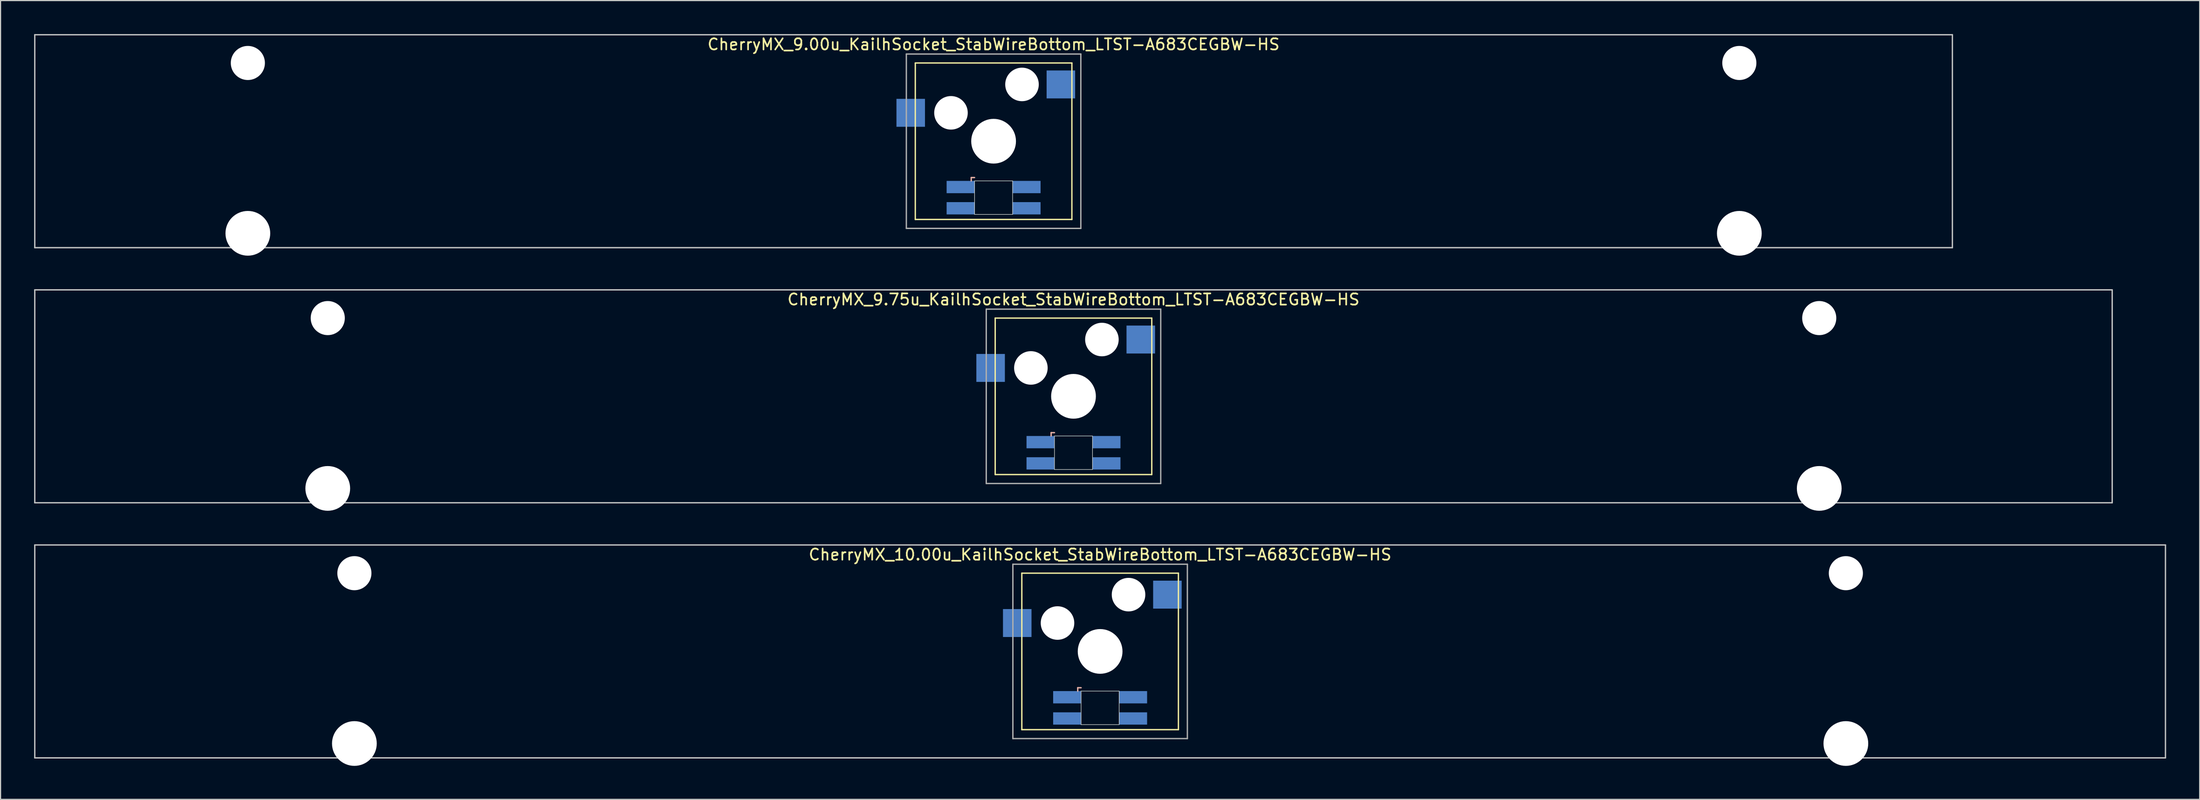
<source format=kicad_pcb>
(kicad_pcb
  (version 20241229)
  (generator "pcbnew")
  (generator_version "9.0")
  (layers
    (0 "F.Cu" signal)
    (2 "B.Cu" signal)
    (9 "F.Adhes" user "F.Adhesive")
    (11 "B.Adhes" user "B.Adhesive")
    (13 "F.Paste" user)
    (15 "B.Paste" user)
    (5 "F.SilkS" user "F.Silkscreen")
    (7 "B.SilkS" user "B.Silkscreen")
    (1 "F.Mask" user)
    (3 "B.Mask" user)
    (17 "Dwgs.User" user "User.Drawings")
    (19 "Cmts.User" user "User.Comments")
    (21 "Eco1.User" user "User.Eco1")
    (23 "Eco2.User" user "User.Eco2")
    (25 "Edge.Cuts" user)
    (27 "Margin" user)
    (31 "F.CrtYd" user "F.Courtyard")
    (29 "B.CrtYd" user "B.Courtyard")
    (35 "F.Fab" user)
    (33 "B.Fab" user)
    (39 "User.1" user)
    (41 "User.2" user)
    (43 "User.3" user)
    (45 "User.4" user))
  (footprint "CherryMX_9.00u_KailhSocket_StabWireBottom_LTST-A683CEGBW-HS"
    (layer "F.Cu")
    (at 85.785 9.585)
    (property "Reference" "CherryMX_9.00u_KailhSocket_StabWireBottom_LTST-A683CEGBW-HS" (at 0 -8.662 0) (layer "F.SilkS") (effects (font (size 1 1) (thickness 0.15))))
    (attr through_hole)
    (fp_line (start -7 -7) (end -7 7) (stroke (width 0.12) (type solid)) (layer "F.SilkS"))
    (fp_line (start -7 -7) (end 7 -7) (stroke (width 0.12) (type solid)) (layer "F.SilkS"))
    (fp_line (start 7 -7) (end 7 7) (stroke (width 0.12) (type solid)) (layer "F.SilkS"))
    (fp_line (start 7 7) (end -7 7) (stroke (width 0.12) (type solid)) (layer "F.SilkS"))
    (fp_line (start -2 3.25) (end -2 3.55) (stroke (width 0.12) (type solid)) (layer "B.SilkS"))
    (fp_line (start -1.7 3.25) (end -2 3.25) (stroke (width 0.12) (type solid)) (layer "B.SilkS"))
    (fp_line (start -85.725 -9.525) (end 85.725 -9.525) (stroke (width 0.12) (type solid)) (layer "Dwgs.User"))
    (fp_line (start -85.725 9.525) (end -85.725 -9.525) (stroke (width 0.12) (type solid)) (layer "Dwgs.User"))
    (fp_line (start 85.725 -9.525) (end 85.725 9.525) (stroke (width 0.12) (type solid)) (layer "Dwgs.User"))
    (fp_line (start 85.725 9.525) (end -85.725 9.525) (stroke (width 0.12) (type solid)) (layer "Dwgs.User"))
    (fp_line (start -1.7 3.55) (end 1.7 3.55) (stroke (width 0.05) (type solid)) (layer "Edge.Cuts"))
    (fp_line (start -1.7 6.55) (end -1.7 3.55) (stroke (width 0.05) (type solid)) (layer "Edge.Cuts"))
    (fp_line (start 1.7 3.55) (end 1.7 6.55) (stroke (width 0.05) (type solid)) (layer "Edge.Cuts"))
    (fp_line (start 1.7 6.55) (end -1.7 6.55) (stroke (width 0.05) (type solid)) (layer "Edge.Cuts"))
    (fp_line (start -7.8 -7.8) (end -7.8 7.8) (stroke (width 0.12) (type solid)) (layer "F.Fab"))
    (fp_line (start -7.8 -7.8) (end 7.8 -7.8) (stroke (width 0.12) (type solid)) (layer "F.Fab"))
    (fp_line (start -7.8 7.8) (end 7.8 7.8) (stroke (width 0.12) (type solid)) (layer "F.Fab"))
    (fp_line (start 7.8 -7.8) (end 7.8 7.8) (stroke (width 0.12) (type solid)) (layer "F.Fab"))
    (pad "" np_thru_hole circle (at -66.675 -7) (size 3.05 3.05) (drill 3.05) (layers "*.Cu" "*.Mask"))
    (pad "" np_thru_hole circle (at -66.675 8.24) (size 4 4) (drill 4) (layers "*.Cu" "*.Mask"))
    (pad "" np_thru_hole circle (at -3.81 -2.54) (size 3 3) (drill 3) (layers "*.Cu" "*.Mask"))
    (pad "" np_thru_hole circle (at 0 0) (size 4 4) (drill 4) (layers "*.Cu" "*.Mask"))
    (pad "" np_thru_hole circle (at 2.54 -5.08) (size 3 3) (drill 3) (layers "*.Cu" "*.Mask"))
    (pad "" np_thru_hole circle (at 66.675 -7) (size 3.05 3.05) (drill 3.05) (layers "*.Cu" "*.Mask"))
    (pad "" np_thru_hole circle (at 66.675 8.24) (size 4 4) (drill 4) (layers "*.Cu" "*.Mask"))
    (pad "1" smd rect (at -7.41 -2.54) (size 2.55 2.5) (layers "B.Cu" "B.Mask" "B.Paste"))
    (pad "2" smd rect (at 6.015 -5.08) (size 2.55 2.5) (layers "B.Cu" "B.Mask" "B.Paste"))
    (pad "3" smd rect (at -2.95 4.1) (size 2.5 1.1) (layers "B.Cu" "B.Mask" "B.Paste"))
    (pad "4" smd rect (at -2.95 6) (size 2.5 1.1) (layers "B.Cu" "B.Mask" "B.Paste"))
    (pad "5" smd rect (at 2.95 4.1) (size 2.5 1.1) (layers "B.Cu" "B.Mask" "B.Paste"))
    (pad "6" smd rect (at 2.95 6) (size 2.5 1.1) (layers "B.Cu" "B.Mask" "B.Paste")))
  (footprint "CherryMX_10.00u_KailhSocket_StabWireBottom_LTST-A683CEGBW-HS"
    (layer "F.Cu")
    (at 95.31 55.235)
    (property "Reference" "CherryMX_10.00u_KailhSocket_StabWireBottom_LTST-A683CEGBW-HS" (at 0 -8.662 0) (layer "F.SilkS") (effects (font (size 1 1) (thickness 0.15))))
    (attr through_hole)
    (fp_line (start -7 -7) (end -7 7) (stroke (width 0.12) (type solid)) (layer "F.SilkS"))
    (fp_line (start -7 -7) (end 7 -7) (stroke (width 0.12) (type solid)) (layer "F.SilkS"))
    (fp_line (start 7 -7) (end 7 7) (stroke (width 0.12) (type solid)) (layer "F.SilkS"))
    (fp_line (start 7 7) (end -7 7) (stroke (width 0.12) (type solid)) (layer "F.SilkS"))
    (fp_line (start -2 3.25) (end -2 3.55) (stroke (width 0.12) (type solid)) (layer "B.SilkS"))
    (fp_line (start -1.7 3.25) (end -2 3.25) (stroke (width 0.12) (type solid)) (layer "B.SilkS"))
    (fp_line (start -95.25 -9.525) (end 95.25 -9.525) (stroke (width 0.12) (type solid)) (layer "Dwgs.User"))
    (fp_line (start -95.25 9.525) (end -95.25 -9.525) (stroke (width 0.12) (type solid)) (layer "Dwgs.User"))
    (fp_line (start 95.25 -9.525) (end 95.25 9.525) (stroke (width 0.12) (type solid)) (layer "Dwgs.User"))
    (fp_line (start 95.25 9.525) (end -95.25 9.525) (stroke (width 0.12) (type solid)) (layer "Dwgs.User"))
    (fp_line (start -1.7 3.55) (end 1.7 3.55) (stroke (width 0.05) (type solid)) (layer "Edge.Cuts"))
    (fp_line (start -1.7 6.55) (end -1.7 3.55) (stroke (width 0.05) (type solid)) (layer "Edge.Cuts"))
    (fp_line (start 1.7 3.55) (end 1.7 6.55) (stroke (width 0.05) (type solid)) (layer "Edge.Cuts"))
    (fp_line (start 1.7 6.55) (end -1.7 6.55) (stroke (width 0.05) (type solid)) (layer "Edge.Cuts"))
    (fp_line (start -7.8 -7.8) (end -7.8 7.8) (stroke (width 0.12) (type solid)) (layer "F.Fab"))
    (fp_line (start -7.8 -7.8) (end 7.8 -7.8) (stroke (width 0.12) (type solid)) (layer "F.Fab"))
    (fp_line (start -7.8 7.8) (end 7.8 7.8) (stroke (width 0.12) (type solid)) (layer "F.Fab"))
    (fp_line (start 7.8 -7.8) (end 7.8 7.8) (stroke (width 0.12) (type solid)) (layer "F.Fab"))
    (pad "" np_thru_hole circle (at -66.675 -7) (size 3.05 3.05) (drill 3.05) (layers "*.Cu" "*.Mask"))
    (pad "" np_thru_hole circle (at -66.675 8.24) (size 4 4) (drill 4) (layers "*.Cu" "*.Mask"))
    (pad "" np_thru_hole circle (at -3.81 -2.54) (size 3 3) (drill 3) (layers "*.Cu" "*.Mask"))
    (pad "" np_thru_hole circle (at 0 0) (size 4 4) (drill 4) (layers "*.Cu" "*.Mask"))
    (pad "" np_thru_hole circle (at 2.54 -5.08) (size 3 3) (drill 3) (layers "*.Cu" "*.Mask"))
    (pad "" np_thru_hole circle (at 66.675 -7) (size 3.05 3.05) (drill 3.05) (layers "*.Cu" "*.Mask"))
    (pad "" np_thru_hole circle (at 66.675 8.24) (size 4 4) (drill 4) (layers "*.Cu" "*.Mask"))
    (pad "1" smd rect (at -7.41 -2.54) (size 2.55 2.5) (layers "B.Cu" "B.Mask" "B.Paste"))
    (pad "2" smd rect (at 6.015 -5.08) (size 2.55 2.5) (layers "B.Cu" "B.Mask" "B.Paste"))
    (pad "3" smd rect (at -2.95 4.1) (size 2.5 1.1) (layers "B.Cu" "B.Mask" "B.Paste"))
    (pad "4" smd rect (at -2.95 6) (size 2.5 1.1) (layers "B.Cu" "B.Mask" "B.Paste"))
    (pad "5" smd rect (at 2.95 4.1) (size 2.5 1.1) (layers "B.Cu" "B.Mask" "B.Paste"))
    (pad "6" smd rect (at 2.95 6) (size 2.5 1.1) (layers "B.Cu" "B.Mask" "B.Paste")))
  (footprint "CherryMX_9.75u_KailhSocket_StabWireBottom_LTST-A683CEGBW-HS"
    (layer "F.Cu")
    (at 92.929 32.41)
    (property "Reference" "CherryMX_9.75u_KailhSocket_StabWireBottom_LTST-A683CEGBW-HS" (at 0 -8.662 0) (layer "F.SilkS") (effects (font (size 1 1) (thickness 0.15))))
    (attr through_hole)
    (fp_line (start -7 -7) (end -7 7) (stroke (width 0.12) (type solid)) (layer "F.SilkS"))
    (fp_line (start -7 -7) (end 7 -7) (stroke (width 0.12) (type solid)) (layer "F.SilkS"))
    (fp_line (start 7 -7) (end 7 7) (stroke (width 0.12) (type solid)) (layer "F.SilkS"))
    (fp_line (start 7 7) (end -7 7) (stroke (width 0.12) (type solid)) (layer "F.SilkS"))
    (fp_line (start -2 3.25) (end -2 3.55) (stroke (width 0.12) (type solid)) (layer "B.SilkS"))
    (fp_line (start -1.7 3.25) (end -2 3.25) (stroke (width 0.12) (type solid)) (layer "B.SilkS"))
    (fp_line (start -92.869 -9.525) (end 92.869 -9.525) (stroke (width 0.12) (type solid)) (layer "Dwgs.User"))
    (fp_line (start -92.869 9.525) (end -92.869 -9.525) (stroke (width 0.12) (type solid)) (layer "Dwgs.User"))
    (fp_line (start 92.869 -9.525) (end 92.869 9.525) (stroke (width 0.12) (type solid)) (layer "Dwgs.User"))
    (fp_line (start 92.869 9.525) (end -92.869 9.525) (stroke (width 0.12) (type solid)) (layer "Dwgs.User"))
    (fp_line (start -1.7 3.55) (end 1.7 3.55) (stroke (width 0.05) (type solid)) (layer "Edge.Cuts"))
    (fp_line (start -1.7 6.55) (end -1.7 3.55) (stroke (width 0.05) (type solid)) (layer "Edge.Cuts"))
    (fp_line (start 1.7 3.55) (end 1.7 6.55) (stroke (width 0.05) (type solid)) (layer "Edge.Cuts"))
    (fp_line (start 1.7 6.55) (end -1.7 6.55) (stroke (width 0.05) (type solid)) (layer "Edge.Cuts"))
    (fp_line (start -7.8 -7.8) (end -7.8 7.8) (stroke (width 0.12) (type solid)) (layer "F.Fab"))
    (fp_line (start -7.8 -7.8) (end 7.8 -7.8) (stroke (width 0.12) (type solid)) (layer "F.Fab"))
    (fp_line (start -7.8 7.8) (end 7.8 7.8) (stroke (width 0.12) (type solid)) (layer "F.Fab"))
    (fp_line (start 7.8 -7.8) (end 7.8 7.8) (stroke (width 0.12) (type solid)) (layer "F.Fab"))
    (pad "" np_thru_hole circle (at -66.675 -7) (size 3.05 3.05) (drill 3.05) (layers "*.Cu" "*.Mask"))
    (pad "" np_thru_hole circle (at -66.675 8.24) (size 4 4) (drill 4) (layers "*.Cu" "*.Mask"))
    (pad "" np_thru_hole circle (at -3.81 -2.54) (size 3 3) (drill 3) (layers "*.Cu" "*.Mask"))
    (pad "" np_thru_hole circle (at 0 0) (size 4 4) (drill 4) (layers "*.Cu" "*.Mask"))
    (pad "" np_thru_hole circle (at 2.54 -5.08) (size 3 3) (drill 3) (layers "*.Cu" "*.Mask"))
    (pad "" np_thru_hole circle (at 66.675 -7) (size 3.05 3.05) (drill 3.05) (layers "*.Cu" "*.Mask"))
    (pad "" np_thru_hole circle (at 66.675 8.24) (size 4 4) (drill 4) (layers "*.Cu" "*.Mask"))
    (pad "1" smd rect (at -7.41 -2.54) (size 2.55 2.5) (layers "B.Cu" "B.Mask" "B.Paste"))
    (pad "2" smd rect (at 6.015 -5.08) (size 2.55 2.5) (layers "B.Cu" "B.Mask" "B.Paste"))
    (pad "3" smd rect (at -2.95 4.1) (size 2.5 1.1) (layers "B.Cu" "B.Mask" "B.Paste"))
    (pad "4" smd rect (at -2.95 6) (size 2.5 1.1) (layers "B.Cu" "B.Mask" "B.Paste"))
    (pad "5" smd rect (at 2.95 4.1) (size 2.5 1.1) (layers "B.Cu" "B.Mask" "B.Paste"))
    (pad "6" smd rect (at 2.95 6) (size 2.5 1.1) (layers "B.Cu" "B.Mask" "B.Paste")))
  (gr_rect
    (start -3 -3)
    (end 193.62 68.475)
    (stroke (width 0.1) (type default))
    (fill no)
    (layer "Edge.Cuts")))
</source>
